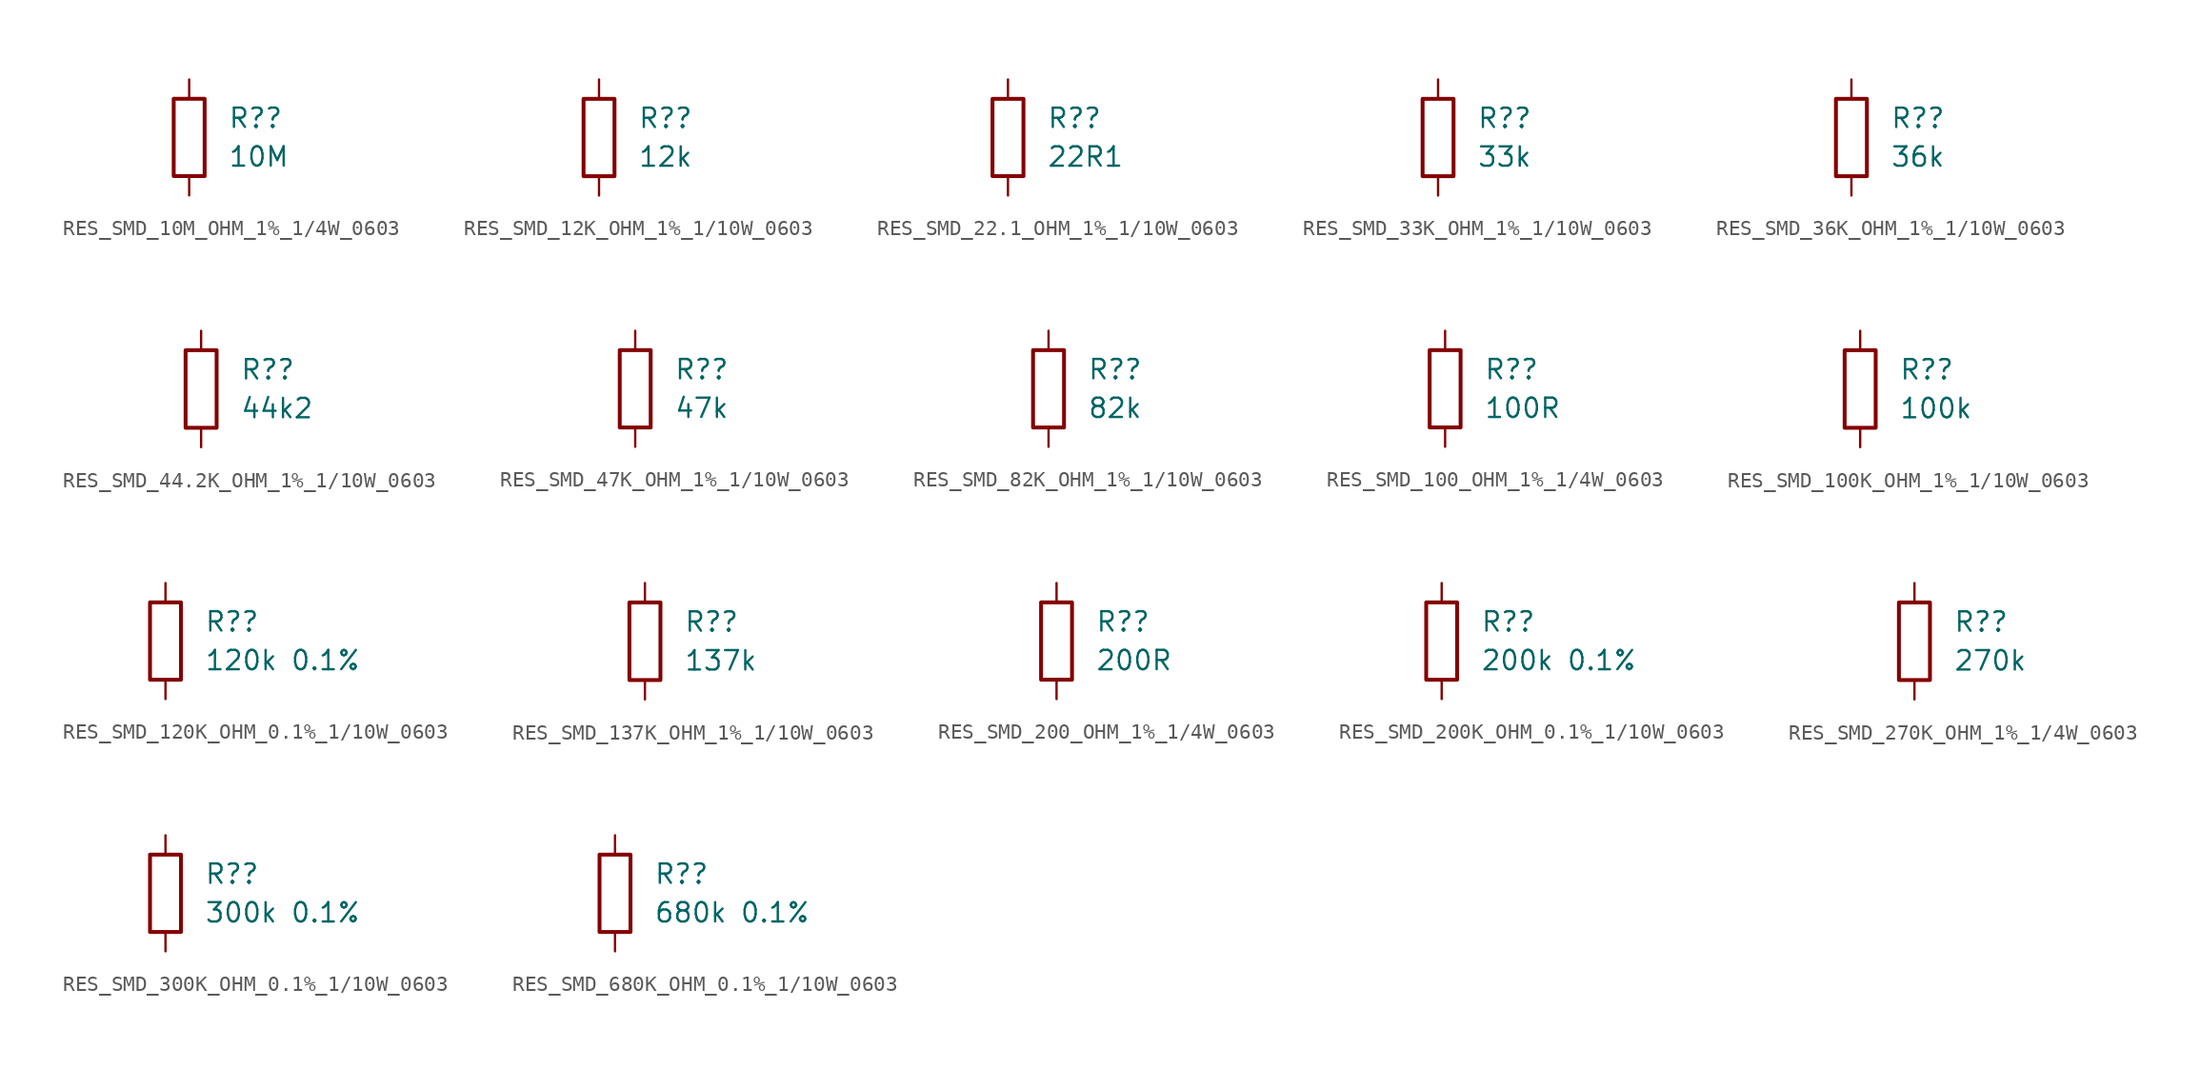
<source format=kicad_sym>
(kicad_symbol_lib
  (version 20220914)
  (generator kicad_symbol_editor)
  (symbol "RES_SMD_10M_OHM_1%_1/4W_0603"
    (pin_numbers hide)
    (pin_names
      (offset 0))
    (property "Reference" "R?"
      (at 2.54 1.27 0)
      (effects (font (size 1.27 1.27)) (justify left)))
    (property "Value" "10M"
      (at 2.54 -1.27 0)
      (effects (font (size 1.27 1.27)) (justify left)))
    (symbol "RES_SMD_10M_OHM_1%_1/4W_0603_0_1"
      (rectangle (start -1.016 -2.54) (end 1.016 2.54) (stroke (width 0.254) (type default)) (fill (type none))))
    (symbol "RES_SMD_10M_OHM_1%_1/4W_0603_1_1"
      (pin passive line (at 0 3.81 270) (length 1.27) (name "~" (effects (font (size 1.27 1.27)))) (number "1" (effects (font (size 1.27 1.27)))))
      (pin passive line (at 0 -3.81 90) (length 1.27) (name "~" (effects (font (size 1.27 1.27)))) (number "2" (effects (font (size 1.27 1.27)))))))
  (symbol "RES_SMD_12K_OHM_1%_1/10W_0603"
    (pin_numbers hide)
    (pin_names
      (offset 0))
    (property "Reference" "R?"
      (at 2.54 1.27 0)
      (effects (font (size 1.27 1.27)) (justify left)))
    (property "Value" "12k"
      (at 2.54 -1.27 0)
      (effects (font (size 1.27 1.27)) (justify left)))
    (symbol "RES_SMD_12K_OHM_1%_1/10W_0603_0_1"
      (rectangle (start -1.016 -2.54) (end 1.016 2.54) (stroke (width 0.254) (type default)) (fill (type none))))
    (symbol "RES_SMD_12K_OHM_1%_1/10W_0603_1_1"
      (pin passive line (at 0 3.81 270) (length 1.27) (name "~" (effects (font (size 1.27 1.27)))) (number "1" (effects (font (size 1.27 1.27)))))
      (pin passive line (at 0 -3.81 90) (length 1.27) (name "~" (effects (font (size 1.27 1.27)))) (number "2" (effects (font (size 1.27 1.27)))))))
  (symbol "RES_SMD_22.1_OHM_1%_1/10W_0603"
    (pin_numbers hide)
    (pin_names
      (offset 0))
    (property "Reference" "R?"
      (at 2.54 1.27 0)
      (effects (font (size 1.27 1.27)) (justify left)))
    (property "Value" "22R1"
      (at 2.54 -1.27 0)
      (effects (font (size 1.27 1.27)) (justify left)))
    (symbol "RES_SMD_22.1_OHM_1%_1/10W_0603_0_1"
      (rectangle (start -1.016 -2.54) (end 1.016 2.54) (stroke (width 0.254) (type default)) (fill (type none))))
    (symbol "RES_SMD_22.1_OHM_1%_1/10W_0603_1_1"
      (pin passive line (at 0 3.81 270) (length 1.27) (name "~" (effects (font (size 1.27 1.27)))) (number "1" (effects (font (size 1.27 1.27)))))
      (pin passive line (at 0 -3.81 90) (length 1.27) (name "~" (effects (font (size 1.27 1.27)))) (number "2" (effects (font (size 1.27 1.27)))))))
  (symbol "RES_SMD_33K_OHM_1%_1/10W_0603"
    (pin_numbers hide)
    (pin_names
      (offset 0))
    (property "Reference" "R?"
      (at 2.54 1.27 0)
      (effects (font (size 1.27 1.27)) (justify left)))
    (property "Value" "33k"
      (at 2.54 -1.27 0)
      (effects (font (size 1.27 1.27)) (justify left)))
    (symbol "RES_SMD_33K_OHM_1%_1/10W_0603_0_1"
      (rectangle (start -1.016 -2.54) (end 1.016 2.54) (stroke (width 0.254) (type default)) (fill (type none))))
    (symbol "RES_SMD_33K_OHM_1%_1/10W_0603_1_1"
      (pin passive line (at 0 3.81 270) (length 1.27) (name "~" (effects (font (size 1.27 1.27)))) (number "1" (effects (font (size 1.27 1.27)))))
      (pin passive line (at 0 -3.81 90) (length 1.27) (name "~" (effects (font (size 1.27 1.27)))) (number "2" (effects (font (size 1.27 1.27)))))))
  (symbol "RES_SMD_36K_OHM_1%_1/10W_0603"
    (pin_numbers hide)
    (pin_names
      (offset 0))
    (property "Reference" "R?"
      (at 2.54 1.27 0)
      (effects (font (size 1.27 1.27)) (justify left)))
    (property "Value" "36k"
      (at 2.54 -1.27 0)
      (effects (font (size 1.27 1.27)) (justify left)))
    (symbol "RES_SMD_36K_OHM_1%_1/10W_0603_0_1"
      (rectangle (start -1.016 -2.54) (end 1.016 2.54) (stroke (width 0.254) (type default)) (fill (type none))))
    (symbol "RES_SMD_36K_OHM_1%_1/10W_0603_1_1"
      (pin passive line (at 0 3.81 270) (length 1.27) (name "~" (effects (font (size 1.27 1.27)))) (number "1" (effects (font (size 1.27 1.27)))))
      (pin passive line (at 0 -3.81 90) (length 1.27) (name "~" (effects (font (size 1.27 1.27)))) (number "2" (effects (font (size 1.27 1.27)))))))
  (symbol "RES_SMD_44.2K_OHM_1%_1/10W_0603"
    (pin_numbers hide)
    (pin_names
      (offset 0))
    (property "Reference" "R?"
      (at 2.54 1.27 0)
      (effects (font (size 1.27 1.27)) (justify left)))
    (property "Value" "44k2"
      (at 2.54 -1.27 0)
      (effects (font (size 1.27 1.27)) (justify left)))
    (symbol "RES_SMD_44.2K_OHM_1%_1/10W_0603_0_1"
      (rectangle (start -1.016 -2.54) (end 1.016 2.54) (stroke (width 0.254) (type default)) (fill (type none))))
    (symbol "RES_SMD_44.2K_OHM_1%_1/10W_0603_1_1"
      (pin passive line (at 0 3.81 270) (length 1.27) (name "~" (effects (font (size 1.27 1.27)))) (number "1" (effects (font (size 1.27 1.27)))))
      (pin passive line (at 0 -3.81 90) (length 1.27) (name "~" (effects (font (size 1.27 1.27)))) (number "2" (effects (font (size 1.27 1.27)))))))
  (symbol "RES_SMD_47K_OHM_1%_1/10W_0603"
    (pin_numbers hide)
    (pin_names
      (offset 0))
    (property "Reference" "R?"
      (at 2.54 1.27 0)
      (effects (font (size 1.27 1.27)) (justify left)))
    (property "Value" "47k"
      (at 2.54 -1.27 0)
      (effects (font (size 1.27 1.27)) (justify left)))
    (symbol "RES_SMD_47K_OHM_1%_1/10W_0603_0_1"
      (rectangle (start -1.016 -2.54) (end 1.016 2.54) (stroke (width 0.254) (type default)) (fill (type none))))
    (symbol "RES_SMD_47K_OHM_1%_1/10W_0603_1_1"
      (pin passive line (at 0 3.81 270) (length 1.27) (name "~" (effects (font (size 1.27 1.27)))) (number "1" (effects (font (size 1.27 1.27)))))
      (pin passive line (at 0 -3.81 90) (length 1.27) (name "~" (effects (font (size 1.27 1.27)))) (number "2" (effects (font (size 1.27 1.27)))))))
  (symbol "RES_SMD_82K_OHM_1%_1/10W_0603"
    (pin_numbers hide)
    (pin_names
      (offset 0))
    (property "Reference" "R?"
      (at 2.54 1.27 0)
      (effects (font (size 1.27 1.27)) (justify left)))
    (property "Value" "82k"
      (at 2.54 -1.27 0)
      (effects (font (size 1.27 1.27)) (justify left)))
    (symbol "RES_SMD_82K_OHM_1%_1/10W_0603_0_1"
      (rectangle (start -1.016 -2.54) (end 1.016 2.54) (stroke (width 0.254) (type default)) (fill (type none))))
    (symbol "RES_SMD_82K_OHM_1%_1/10W_0603_1_1"
      (pin passive line (at 0 3.81 270) (length 1.27) (name "~" (effects (font (size 1.27 1.27)))) (number "1" (effects (font (size 1.27 1.27)))))
      (pin passive line (at 0 -3.81 90) (length 1.27) (name "~" (effects (font (size 1.27 1.27)))) (number "2" (effects (font (size 1.27 1.27)))))))
  (symbol "RES_SMD_100_OHM_1%_1/4W_0603"
    (pin_numbers hide)
    (pin_names
      (offset 0))
    (property "Reference" "R?"
      (at 2.54 1.27 0)
      (effects (font (size 1.27 1.27)) (justify left)))
    (property "Value" "100R"
      (at 2.54 -1.27 0)
      (effects (font (size 1.27 1.27)) (justify left)))
    (symbol "RES_SMD_100_OHM_1%_1/4W_0603_0_1"
      (rectangle (start -1.016 -2.54) (end 1.016 2.54) (stroke (width 0.254) (type default)) (fill (type none))))
    (symbol "RES_SMD_100_OHM_1%_1/4W_0603_1_1"
      (pin passive line (at 0 3.81 270) (length 1.27) (name "~" (effects (font (size 1.27 1.27)))) (number "1" (effects (font (size 1.27 1.27)))))
      (pin passive line (at 0 -3.81 90) (length 1.27) (name "~" (effects (font (size 1.27 1.27)))) (number "2" (effects (font (size 1.27 1.27)))))))
  (symbol "RES_SMD_100K_OHM_1%_1/10W_0603"
    (pin_numbers hide)
    (pin_names
      (offset 0))
    (property "Reference" "R?"
      (at 2.54 1.27 0)
      (effects (font (size 1.27 1.27)) (justify left)))
    (property "Value" "100k"
      (at 2.54 -1.27 0)
      (effects (font (size 1.27 1.27)) (justify left)))
    (symbol "RES_SMD_100K_OHM_1%_1/10W_0603_0_1"
      (rectangle (start -1.016 -2.54) (end 1.016 2.54) (stroke (width 0.254) (type default)) (fill (type none))))
    (symbol "RES_SMD_100K_OHM_1%_1/10W_0603_1_1"
      (pin passive line (at 0 3.81 270) (length 1.27) (name "~" (effects (font (size 1.27 1.27)))) (number "1" (effects (font (size 1.27 1.27)))))
      (pin passive line (at 0 -3.81 90) (length 1.27) (name "~" (effects (font (size 1.27 1.27)))) (number "2" (effects (font (size 1.27 1.27)))))))
  (symbol "RES_SMD_120K_OHM_0.1%_1/10W_0603"
    (pin_numbers hide)
    (pin_names
      (offset 0))
    (property "Reference" "R?"
      (at 2.54 1.27 0)
      (effects (font (size 1.27 1.27)) (justify left)))
    (property "Value" "120k 0.1%"
      (at 2.54 -1.27 0)
      (effects (font (size 1.27 1.27)) (justify left)))
    (symbol "RES_SMD_120K_OHM_0.1%_1/10W_0603_0_1"
      (rectangle (start -1.016 -2.54) (end 1.016 2.54) (stroke (width 0.254) (type default)) (fill (type none))))
    (symbol "RES_SMD_120K_OHM_0.1%_1/10W_0603_1_1"
      (pin passive line (at 0 3.81 270) (length 1.27) (name "~" (effects (font (size 1.27 1.27)))) (number "1" (effects (font (size 1.27 1.27)))))
      (pin passive line (at 0 -3.81 90) (length 1.27) (name "~" (effects (font (size 1.27 1.27)))) (number "2" (effects (font (size 1.27 1.27)))))))
  (symbol "RES_SMD_137K_OHM_1%_1/10W_0603"
    (pin_numbers hide)
    (pin_names
      (offset 0))
    (property "Reference" "R?"
      (at 2.54 1.27 0)
      (effects (font (size 1.27 1.27)) (justify left)))
    (property "Value" "137k"
      (at 2.54 -1.27 0)
      (effects (font (size 1.27 1.27)) (justify left)))
    (symbol "RES_SMD_137K_OHM_1%_1/10W_0603_0_1"
      (rectangle (start -1.016 -2.54) (end 1.016 2.54) (stroke (width 0.254) (type default)) (fill (type none))))
    (symbol "RES_SMD_137K_OHM_1%_1/10W_0603_1_1"
      (pin passive line (at 0 3.81 270) (length 1.27) (name "~" (effects (font (size 1.27 1.27)))) (number "1" (effects (font (size 1.27 1.27)))))
      (pin passive line (at 0 -3.81 90) (length 1.27) (name "~" (effects (font (size 1.27 1.27)))) (number "2" (effects (font (size 1.27 1.27)))))))
  (symbol "RES_SMD_200_OHM_1%_1/4W_0603"
    (pin_numbers hide)
    (pin_names
      (offset 0))
    (property "Reference" "R?"
      (at 2.54 1.27 0)
      (effects (font (size 1.27 1.27)) (justify left)))
    (property "Value" "200R"
      (at 2.54 -1.27 0)
      (effects (font (size 1.27 1.27)) (justify left)))
    (symbol "RES_SMD_200_OHM_1%_1/4W_0603_0_1"
      (rectangle (start -1.016 -2.54) (end 1.016 2.54) (stroke (width 0.254) (type default)) (fill (type none))))
    (symbol "RES_SMD_200_OHM_1%_1/4W_0603_1_1"
      (pin passive line (at 0 3.81 270) (length 1.27) (name "~" (effects (font (size 1.27 1.27)))) (number "1" (effects (font (size 1.27 1.27)))))
      (pin passive line (at 0 -3.81 90) (length 1.27) (name "~" (effects (font (size 1.27 1.27)))) (number "2" (effects (font (size 1.27 1.27)))))))
  (symbol "RES_SMD_200K_OHM_0.1%_1/10W_0603"
    (pin_numbers hide)
    (pin_names
      (offset 0))
    (property "Reference" "R?"
      (at 2.54 1.27 0)
      (effects (font (size 1.27 1.27)) (justify left)))
    (property "Value" "200k 0.1%"
      (at 2.54 -1.27 0)
      (effects (font (size 1.27 1.27)) (justify left)))
    (symbol "RES_SMD_200K_OHM_0.1%_1/10W_0603_0_1"
      (rectangle (start -1.016 -2.54) (end 1.016 2.54) (stroke (width 0.254) (type default)) (fill (type none))))
    (symbol "RES_SMD_200K_OHM_0.1%_1/10W_0603_1_1"
      (pin passive line (at 0 3.81 270) (length 1.27) (name "~" (effects (font (size 1.27 1.27)))) (number "1" (effects (font (size 1.27 1.27)))))
      (pin passive line (at 0 -3.81 90) (length 1.27) (name "~" (effects (font (size 1.27 1.27)))) (number "2" (effects (font (size 1.27 1.27)))))))
  (symbol "RES_SMD_270K_OHM_1%_1/4W_0603"
    (pin_numbers hide)
    (pin_names
      (offset 0))
    (property "Reference" "R?"
      (at 2.54 1.27 0)
      (effects (font (size 1.27 1.27)) (justify left)))
    (property "Value" "270k"
      (at 2.54 -1.27 0)
      (effects (font (size 1.27 1.27)) (justify left)))
    (symbol "RES_SMD_270K_OHM_1%_1/4W_0603_0_1"
      (rectangle (start -1.016 -2.54) (end 1.016 2.54) (stroke (width 0.254) (type default)) (fill (type none))))
    (symbol "RES_SMD_270K_OHM_1%_1/4W_0603_1_1"
      (pin passive line (at 0 3.81 270) (length 1.27) (name "~" (effects (font (size 1.27 1.27)))) (number "1" (effects (font (size 1.27 1.27)))))
      (pin passive line (at 0 -3.81 90) (length 1.27) (name "~" (effects (font (size 1.27 1.27)))) (number "2" (effects (font (size 1.27 1.27)))))))
  (symbol "RES_SMD_300K_OHM_0.1%_1/10W_0603"
    (pin_numbers hide)
    (pin_names
      (offset 0))
    (property "Reference" "R?"
      (at 2.54 1.27 0)
      (effects (font (size 1.27 1.27)) (justify left)))
    (property "Value" "300k 0.1%"
      (at 2.54 -1.27 0)
      (effects (font (size 1.27 1.27)) (justify left)))
    (symbol "RES_SMD_300K_OHM_0.1%_1/10W_0603_0_1"
      (rectangle (start -1.016 -2.54) (end 1.016 2.54) (stroke (width 0.254) (type default)) (fill (type none))))
    (symbol "RES_SMD_300K_OHM_0.1%_1/10W_0603_1_1"
      (pin passive line (at 0 3.81 270) (length 1.27) (name "~" (effects (font (size 1.27 1.27)))) (number "1" (effects (font (size 1.27 1.27)))))
      (pin passive line (at 0 -3.81 90) (length 1.27) (name "~" (effects (font (size 1.27 1.27)))) (number "2" (effects (font (size 1.27 1.27)))))))
  (symbol "RES_SMD_680K_OHM_0.1%_1/10W_0603"
    (pin_numbers hide)
    (pin_names
      (offset 0))
    (property "Reference" "R?"
      (at 2.54 1.27 0)
      (effects (font (size 1.27 1.27)) (justify left)))
    (property "Value" "680k 0.1%"
      (at 2.54 -1.27 0)
      (effects (font (size 1.27 1.27)) (justify left)))
    (symbol "RES_SMD_680K_OHM_0.1%_1/10W_0603_0_1"
      (rectangle (start -1.016 -2.54) (end 1.016 2.54) (stroke (width 0.254) (type default)) (fill (type none))))
    (symbol "RES_SMD_680K_OHM_0.1%_1/10W_0603_1_1"
      (pin passive line (at 0 3.81 270) (length 1.27) (name "~" (effects (font (size 1.27 1.27)))) (number "1" (effects (font (size 1.27 1.27)))))
      (pin passive line (at 0 -3.81 90) (length 1.27) (name "~" (effects (font (size 1.27 1.27)))) (number "2" (effects (font (size 1.27 1.27))))))))
</source>
